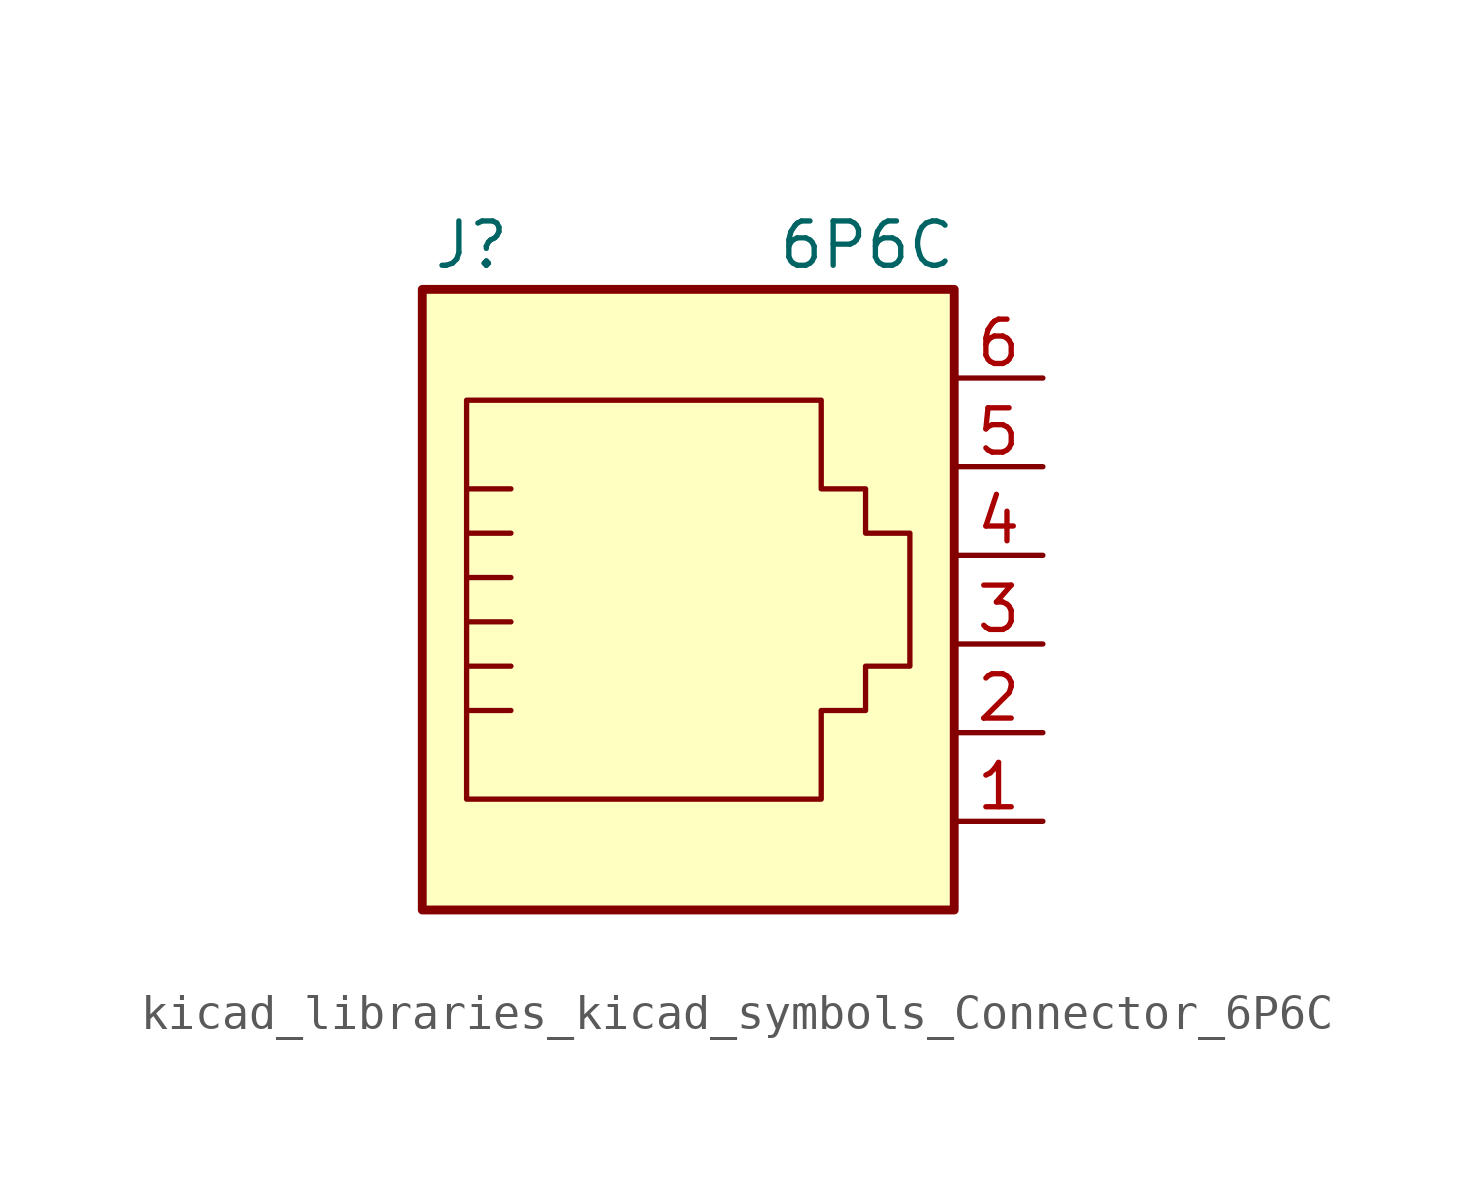
<source format=kicad_sym>
(kicad_symbol_lib
  (version 20220914)
  (generator kicad_symbol_editor)
  (symbol "kicad_libraries_kicad_symbols_Connector_6P6C"
    (pin_names
      (offset 1.016))
    (property "Reference" "J"
      (at -5.08 11.43 0)
      (effects (font (size 1.27 1.27)) (justify right)))
    (property "Value" "6P6C"
      (at 2.54 11.43 0)
      (effects (font (size 1.27 1.27)) (justify left)))
    (symbol "kicad_libraries_kicad_symbols_Connector_6P6C_0_1"
      (polyline (pts (xy -6.35 -1.905) (xy -5.08 -1.905) (xy -5.08 -1.905)) (stroke (width 0) (type default)) (fill (type none)))
      (polyline (pts (xy -6.35 -0.635) (xy -5.08 -0.635) (xy -5.08 -0.635)) (stroke (width 0) (type default)) (fill (type none)))
      (polyline (pts (xy -6.35 0.635) (xy -5.08 0.635) (xy -5.08 0.635)) (stroke (width 0) (type default)) (fill (type none)))
      (polyline (pts (xy -6.35 1.905) (xy -5.08 1.905) (xy -5.08 1.905)) (stroke (width 0) (type default)) (fill (type none)))
      (polyline (pts (xy -6.35 3.175) (xy -5.08 3.175) (xy -5.08 3.175)) (stroke (width 0) (type default)) (fill (type none)))
      (polyline (pts (xy -5.08 4.445) (xy -6.35 4.445) (xy -6.35 4.445)) (stroke (width 0) (type default)) (fill (type none)))
      (polyline (pts (xy -6.35 -4.445) (xy -6.35 6.985) (xy 3.81 6.985) (xy 3.81 4.445) (xy 5.08 4.445) (xy 5.08 3.175) (xy 6.35 3.175) (xy 6.35 -0.635) (xy 5.08 -0.635) (xy 5.08 -1.905) (xy 3.81 -1.905) (xy 3.81 -4.445) (xy -6.35 -4.445) (xy -6.35 -4.445)) (stroke (width 0) (type default)) (fill (type none)))
      (rectangle (start 7.62 10.16) (end -7.62 -7.62) (stroke (width 0.254) (type default)) (fill (type background))))
    (symbol "kicad_libraries_kicad_symbols_Connector_6P6C_1_1"
      (pin passive line (at 10.16 -5.08 180) (length 2.54) (name "~" (effects (font (size 1.27 1.27)))) (number "1" (effects (font (size 1.27 1.27)))))
      (pin passive line (at 10.16 -2.54 180) (length 2.54) (name "~" (effects (font (size 1.27 1.27)))) (number "2" (effects (font (size 1.27 1.27)))))
      (pin passive line (at 10.16 0 180) (length 2.54) (name "~" (effects (font (size 1.27 1.27)))) (number "3" (effects (font (size 1.27 1.27)))))
      (pin passive line (at 10.16 2.54 180) (length 2.54) (name "~" (effects (font (size 1.27 1.27)))) (number "4" (effects (font (size 1.27 1.27)))))
      (pin passive line (at 10.16 5.08 180) (length 2.54) (name "~" (effects (font (size 1.27 1.27)))) (number "5" (effects (font (size 1.27 1.27)))))
      (pin passive line (at 10.16 7.62 180) (length 2.54) (name "~" (effects (font (size 1.27 1.27)))) (number "6" (effects (font (size 1.27 1.27))))))))
</source>
